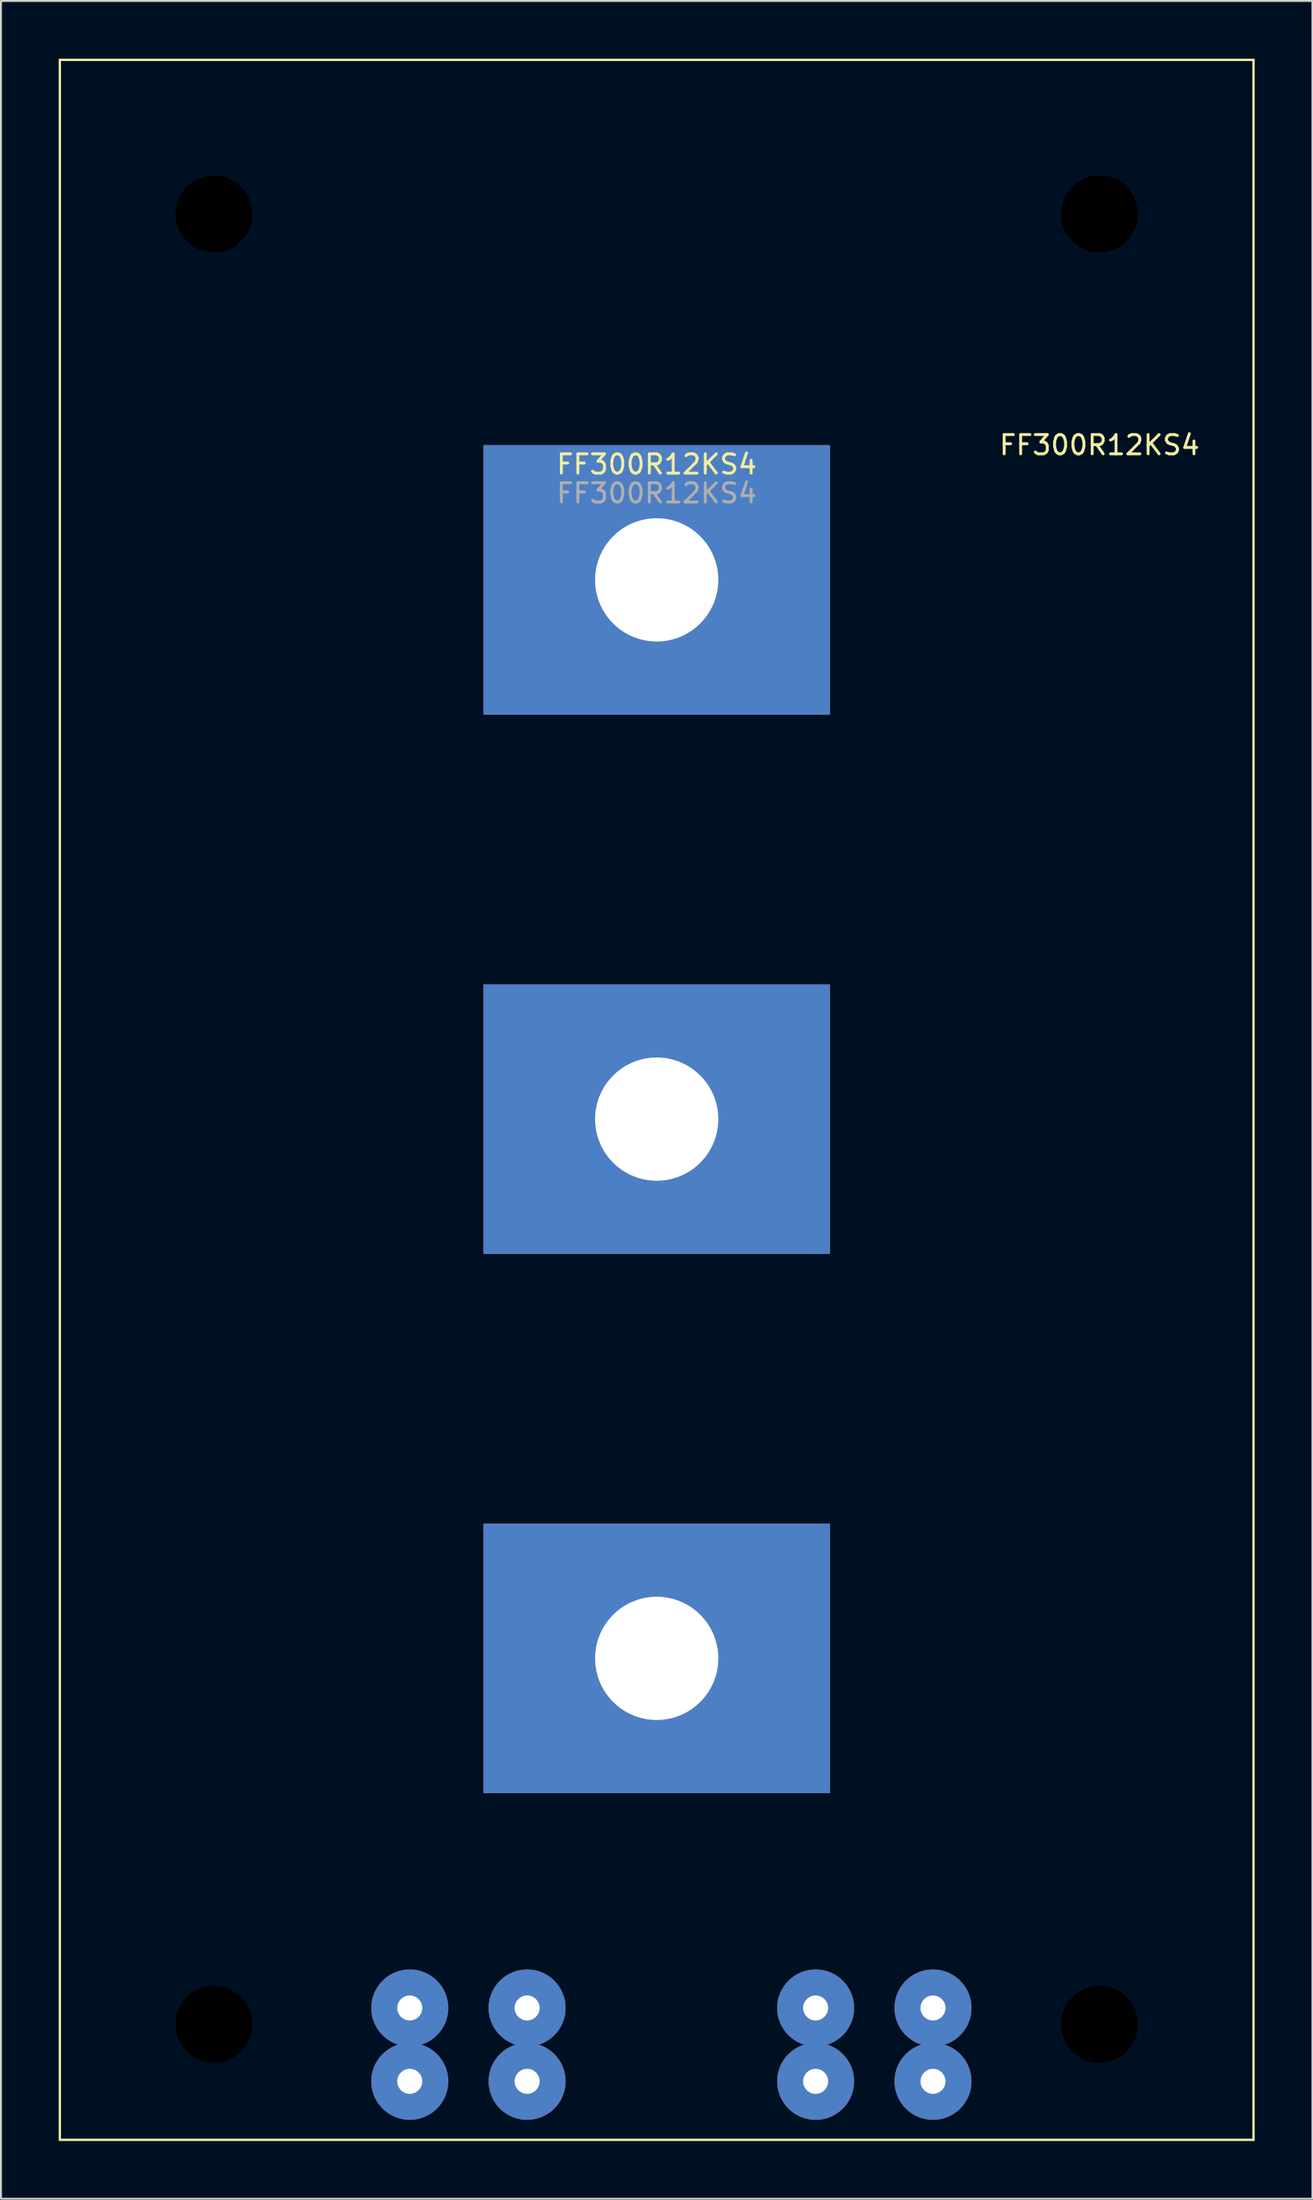
<source format=kicad_pcb>
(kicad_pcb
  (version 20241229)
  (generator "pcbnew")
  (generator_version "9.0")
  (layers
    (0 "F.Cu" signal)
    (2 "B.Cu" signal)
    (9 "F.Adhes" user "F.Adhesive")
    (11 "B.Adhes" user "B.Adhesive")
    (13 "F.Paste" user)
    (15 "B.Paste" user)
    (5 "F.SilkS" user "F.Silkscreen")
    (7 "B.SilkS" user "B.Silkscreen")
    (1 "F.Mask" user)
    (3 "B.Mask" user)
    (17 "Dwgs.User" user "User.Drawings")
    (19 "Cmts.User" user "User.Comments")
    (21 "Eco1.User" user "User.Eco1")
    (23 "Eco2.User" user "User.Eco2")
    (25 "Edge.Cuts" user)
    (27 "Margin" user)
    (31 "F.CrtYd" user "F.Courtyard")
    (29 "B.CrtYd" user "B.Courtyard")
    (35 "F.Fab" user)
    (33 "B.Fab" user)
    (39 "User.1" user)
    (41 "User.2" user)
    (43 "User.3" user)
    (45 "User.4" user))
  (footprint "FF300R12KS4"
    (layer "F.Cu")
    (at 31.06 20.06)
    (property "Reference" "FF300R12KS4" (at 0 1 0) (unlocked yes) (layer "F.SilkS") (effects (font (size 1 1) (thickness 0.15))))
    (attr through_hole)
    (fp_line (start -12.827 81.915) (end -12.827 84.455) (stroke (width 0.2) (type solid)) (layer "F.Cu"))
    (fp_line (start -6.731 81.915) (end -6.731 84.455) (stroke (width 0.2) (type solid)) (layer "F.Cu"))
    (fp_line (start 8.255 81.915) (end 8.255 84.455) (stroke (width 0.2) (type solid)) (layer "F.Cu"))
    (fp_line (start 14.351 81.915) (end 14.351 84.455) (stroke (width 0.2) (type solid)) (layer "F.Cu"))
    (fp_line (start -12.827 83.963) (end -12.827 82.153) (stroke (width 0.2) (type solid)) (layer "B.Cu"))
    (fp_line (start -6.731 83.963) (end -6.731 82.153) (stroke (width 0.2) (type solid)) (layer "B.Cu"))
    (fp_line (start 8.255 83.963) (end 8.255 82.153) (stroke (width 0.2) (type solid)) (layer "B.Cu"))
    (fp_line (start 14.351 83.963) (end 14.351 82.153) (stroke (width 0.2) (type solid)) (layer "B.Cu"))
    (fp_line (start -31 -20) (end -31 88) (stroke (width 0.12) (type solid)) (layer "F.SilkS"))
    (fp_line (start -31 -20) (end 31 -20) (stroke (width 0.12) (type solid)) (layer "F.SilkS"))
    (fp_line (start -31 88) (end 31 88) (stroke (width 0.12) (type solid)) (layer "F.SilkS"))
    (fp_line (start 31 -20) (end 31 88) (stroke (width 0.12) (type solid)) (layer "F.SilkS"))
    (fp_text user "FF300R12KS4" (at 23 0 0) (unlocked yes) (layer "F.SilkS") (effects (font (size 1 1) (thickness 0.15))))
    (fp_text user "${REFERENCE}" (at 0 2.5 0) (unlocked yes) (layer "F.Fab") (effects (font (size 1 1) (thickness 0.15))))
    (pad "" np_thru_hole circle (at -23 -12) (size 4 4) (drill 6.5) (layers "*.Mask"))
    (pad "" np_thru_hole circle (at -23 82) (size 4 4) (drill 6.5) (layers "*.Mask"))
    (pad "" np_thru_hole circle (at 23 -12) (size 4 4) (drill 6.5) (layers "*.Mask"))
    (pad "" np_thru_hole circle (at 23 82) (size 4 4) (drill 6.5) (layers "*.Mask"))
    (pad "1" thru_hole rect (at 0 7) (size 18 14) (drill 6.4) (layers "*.Cu" "*.Mask"))
    (pad "2" thru_hole rect (at 0 35) (size 18 14) (drill 6.4) (layers "*.Cu" "*.Mask"))
    (pad "3" thru_hole rect (at 0 63) (size 18 14) (drill 6.4) (layers "*.Cu" "*.Mask"))
    (pad "4" thru_hole circle (at -12.827 81.153) (size 4 4) (drill 1.3) (layers "*.Cu" "*.Mask"))
    (pad "4" thru_hole circle (at -12.827 84.963) (size 4 4) (drill 1.3) (layers "*.Cu" "*.Mask"))
    (pad "5" thru_hole circle (at -6.731 81.153) (size 4 4) (drill 1.3) (layers "*.Cu" "*.Mask"))
    (pad "5" thru_hole circle (at -6.731 84.963) (size 4 4) (drill 1.3) (layers "*.Cu" "*.Mask"))
    (pad "6" thru_hole circle (at 14.351 81.153) (size 4 4) (drill 1.3) (layers "*.Cu" "*.Mask"))
    (pad "6" thru_hole circle (at 14.351 84.963) (size 4 4) (drill 1.3) (layers "*.Cu" "*.Mask"))
    (pad "7" thru_hole circle (at 8.255 81.153) (size 4 4) (drill 1.3) (layers "*.Cu" "*.Mask"))
    (pad "7" thru_hole circle (at 8.255 84.963) (size 4 4) (drill 1.3) (layers "*.Cu" "*.Mask"))
    (zone (net_name "") (layers "F.Cu" "F.Mask" "B.Cu" "B.Mask" "F.SilkS" "B.SilkS" "F.Adhes" "B.Adhes" "F.Paste" "B.Paste") (hatch edge 0.508) (connect_pads) (min_thickness 0.254) (filled_areas_thickness no) (keepout (tracks not_allowed) (vias not_allowed) (pads not_allowed) (copperpour not_allowed) (footprints allowed)) (placement (enabled no)) (fill) (polygon (pts (xy 13.06 107.06) (xy 3.06 107.06) (xy 3.06 97.06) (xy 13.06 97.06))))
    (zone (net_name "") (layers "F.Cu" "F.Mask" "B.Cu" "B.Mask" "F.SilkS" "B.SilkS" "F.Adhes" "B.Adhes" "F.Paste" "B.Paste") (hatch edge 0.508) (connect_pads) (min_thickness 0.254) (filled_areas_thickness no) (keepout (tracks not_allowed) (vias not_allowed) (pads not_allowed) (copperpour not_allowed) (footprints allowed)) (placement (enabled no)) (fill) (polygon (pts (xy 15.06 15.06) (xy 1.06 15.06) (xy 1.06 1.06) (xy 15.06 1.06))))
    (zone (net_name "") (layers "F.Cu" "F.Mask" "B.Cu" "B.Mask" "F.SilkS" "B.SilkS" "F.Adhes" "B.Adhes" "F.Paste" "B.Paste") (hatch edge 0.508) (connect_pads) (min_thickness 0.254) (filled_areas_thickness no) (keepout (tracks not_allowed) (vias not_allowed) (pads not_allowed) (copperpour not_allowed) (footprints allowed)) (placement (enabled no)) (fill) (polygon (pts (xy 59.06 107.06) (xy 49.06 107.06) (xy 49.06 97.06) (xy 59.06 97.06))))
    (zone (net_name "") (layers "F.Cu" "F.Mask" "B.Cu" "B.Mask" "F.SilkS" "B.SilkS" "F.Adhes" "B.Adhes" "F.Paste" "B.Paste") (hatch edge 0.508) (connect_pads) (min_thickness 0.254) (filled_areas_thickness no) (keepout (tracks not_allowed) (vias not_allowed) (pads not_allowed) (copperpour not_allowed) (footprints allowed)) (placement (enabled no)) (fill) (polygon (pts (xy 61.06 15.06) (xy 47.06 15.06) (xy 47.06 1.06) (xy 61.06 1.06)))))
  (gr_rect
    (start -3 -3)
    (end 65.12 111.12)
    (stroke (width 0.1) (type default))
    (fill no)
    (layer "Edge.Cuts")))
</source>
